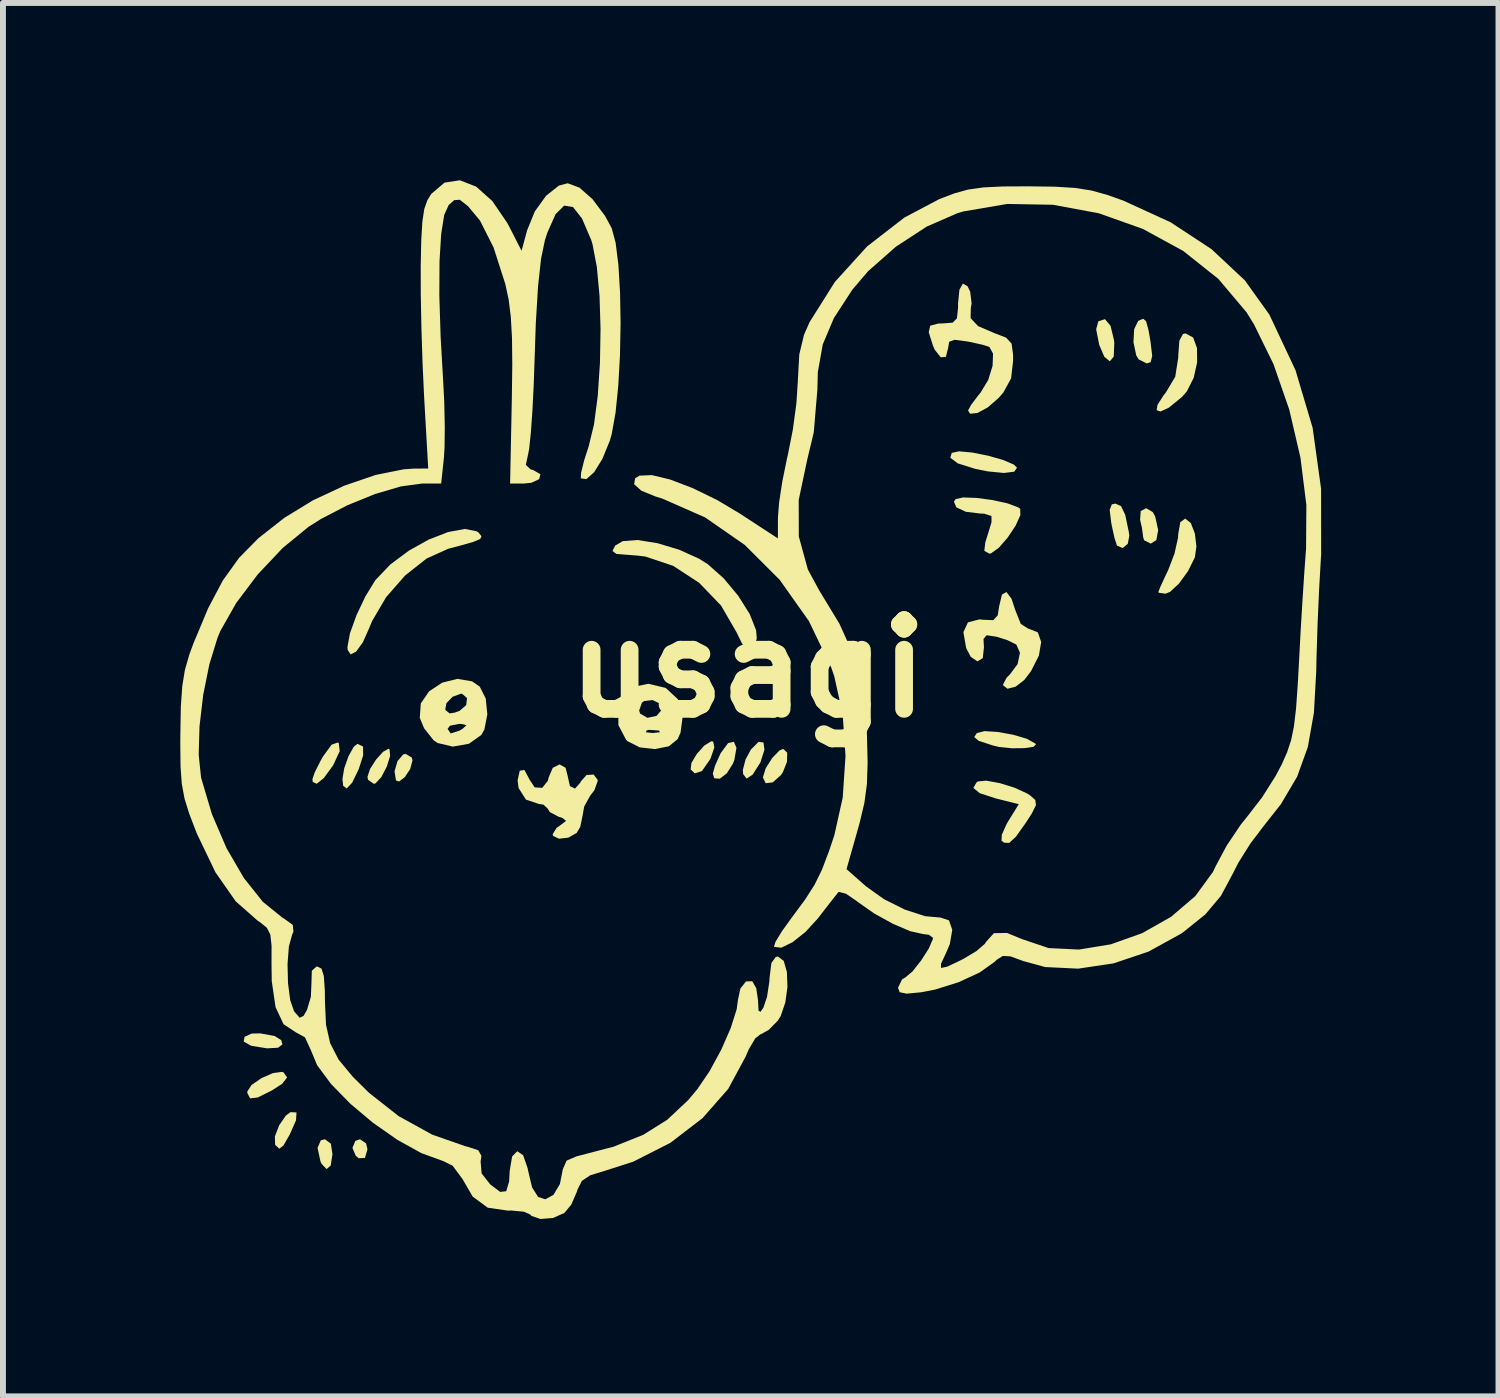
<source format=kicad_pcb>
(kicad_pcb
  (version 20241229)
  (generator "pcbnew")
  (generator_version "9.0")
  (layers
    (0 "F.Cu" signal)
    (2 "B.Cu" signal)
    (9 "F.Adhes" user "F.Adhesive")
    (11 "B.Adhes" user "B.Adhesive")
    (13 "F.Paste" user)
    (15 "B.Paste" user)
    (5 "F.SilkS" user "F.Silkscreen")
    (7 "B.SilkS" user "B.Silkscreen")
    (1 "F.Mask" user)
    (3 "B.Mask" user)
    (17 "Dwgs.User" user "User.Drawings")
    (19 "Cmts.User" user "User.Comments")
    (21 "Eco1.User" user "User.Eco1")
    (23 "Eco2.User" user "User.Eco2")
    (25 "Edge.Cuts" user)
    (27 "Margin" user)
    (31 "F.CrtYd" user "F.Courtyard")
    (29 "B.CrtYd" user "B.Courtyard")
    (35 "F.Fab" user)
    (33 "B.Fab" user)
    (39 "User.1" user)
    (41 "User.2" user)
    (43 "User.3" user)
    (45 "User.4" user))
  (footprint "usagi"
    (layer "F.Cu")
    (at 9.601 8.263)
    (property "Reference" "usagi" (at 0 0 0) (layer "F.SilkS") (effects (font (size 1.5 1.5) (thickness 0.3))))
    (attr board_only exclude_from_pos_files exclude_from_bom)
    (fp_poly (pts (xy -6.458 8.029) (xy -6.435 8.128) (xy -6.477 8.275) (xy -6.582 8.28) (xy -6.632 8.241) (xy -6.689 8.105) (xy -6.64 7.987) (xy -6.562 7.959)) (stroke (width 0) (type solid)) (fill yes) (layer "F.SilkS"))
    (fp_poly (pts (xy -7.054 8.034) (xy -7.027 8.213) (xy -7.057 8.404) (xy -7.127 8.464) (xy -7.212 8.374) (xy -7.23 8.333) (xy -7.279 8.105) (xy -7.224 7.977) (xy -7.154 7.959)) (stroke (width 0) (type solid)) (fill yes) (layer "F.SilkS"))
    (fp_poly (pts (xy -5.684 1.503) (xy -5.673 1.55) (xy -5.712 1.696) (xy -5.803 1.833) (xy -5.9 1.907) (xy -5.952 1.89) (xy -5.977 1.736) (xy -5.927 1.563) (xy -5.831 1.45) (xy -5.79 1.439)) (stroke (width 0) (type solid)) (fill yes) (layer "F.SilkS"))
    (fp_poly (pts (xy 6.135 -5.802) (xy 6.193 -5.564) (xy 6.199 -5.511) (xy 6.189 -5.28) (xy 6.123 -5.201) (xy 6.03 -5.278) (xy 5.944 -5.478) (xy 5.892 -5.743) (xy 5.929 -5.878) (xy 6.041 -5.914)) (stroke (width 0) (type solid)) (fill yes) (layer "F.SilkS"))
    (fp_poly (pts (xy -8.004 6.213) (xy -7.893 6.283) (xy -7.874 6.355) (xy -7.947 6.411) (xy -8.134 6.421) (xy -8.384 6.381) (xy -8.408 6.375) (xy -8.528 6.307) (xy -8.514 6.226) (xy -8.393 6.171) (xy -8.248 6.168)) (stroke (width 0) (type solid)) (fill yes) (layer "F.SilkS"))
    (fp_poly (pts (xy -7.635 7.506) (xy -7.644 7.64) (xy -7.749 7.878) (xy -7.857 8.066) (xy -7.927 8.119) (xy -7.992 8.058) (xy -7.997 8.05) (xy -8.001 7.911) (xy -7.928 7.722) (xy -7.815 7.558) (xy -7.736 7.5)) (stroke (width 0) (type solid)) (fill yes) (layer "F.SilkS"))
    (fp_poly (pts (xy -6.509 1.316) (xy -6.508 1.467) (xy -6.583 1.699) (xy -6.694 1.928) (xy -6.787 2.025) (xy -6.846 1.979) (xy -6.858 1.867) (xy -6.828 1.683) (xy -6.755 1.478) (xy -6.667 1.32) (xy -6.605 1.27)) (stroke (width 0) (type solid)) (fill yes) (layer "F.SilkS"))
    (fp_poly (pts (xy -0.586 1.232) (xy -0.567 1.331) (xy -0.629 1.512) (xy -0.637 1.529) (xy -0.777 1.731) (xy -0.898 1.769) (xy -0.968 1.703) (xy -0.955 1.593) (xy -0.862 1.439) (xy -0.735 1.298) (xy -0.62 1.227)) (stroke (width 0) (type solid)) (fill yes) (layer "F.SilkS"))
    (fp_poly (pts (xy 0.264 1.247) (xy 0.281 1.369) (xy 0.215 1.576) (xy 0.207 1.593) (xy 0.081 1.791) (xy -0.021 1.858) (xy -0.079 1.784) (xy -0.085 1.712) (xy -0.038 1.532) (xy 0.052 1.366) (xy 0.181 1.237)) (stroke (width 0) (type solid)) (fill yes) (layer "F.SilkS"))
    (fp_poly (pts (xy 0.666 1.42) (xy 0.662 1.573) (xy 0.592 1.751) (xy 0.559 1.799) (xy 0.421 1.922) (xy 0.302 1.936) (xy 0.254 1.839) (xy 0.301 1.686) (xy 0.411 1.511) (xy 0.535 1.382) (xy 0.597 1.355)) (stroke (width 0) (type solid)) (fill yes) (layer "F.SilkS"))
    (fp_poly (pts (xy 6.85 -2.65) (xy 6.891 -2.575) (xy 6.941 -2.345) (xy 6.91 -2.176) (xy 6.816 -2.117) (xy 6.703 -2.174) (xy 6.688 -2.223) (xy 6.666 -2.386) (xy 6.635 -2.519) (xy 6.646 -2.667) (xy 6.738 -2.716)) (stroke (width 0) (type solid)) (fill yes) (layer "F.SilkS"))
    (fp_poly (pts (xy -7.854 6.828) (xy -7.794 6.913) (xy -7.878 7.021) (xy -8.051 7.133) (xy -8.29 7.252) (xy -8.42 7.267) (xy -8.466 7.179) (xy -8.467 7.15) (xy -8.396 7.041) (xy -8.229 6.926) (xy -8.034 6.84) (xy -7.879 6.819)) (stroke (width 0) (type solid)) (fill yes) (layer "F.SilkS"))
    (fp_poly (pts (xy -6.062 1.36) (xy -6.051 1.473) (xy -6.107 1.653) (xy -6.2 1.832) (xy -6.299 1.939) (xy -6.326 1.947) (xy -6.424 1.88) (xy -6.435 1.83) (xy -6.391 1.695) (xy -6.289 1.535) (xy -6.17 1.404) (xy -6.077 1.353)) (stroke (width 0) (type solid)) (fill yes) (layer "F.SilkS"))
    (fp_poly (pts (xy -0.193 1.337) (xy -0.228 1.541) (xy -0.252 1.604) (xy -0.356 1.769) (xy -0.475 1.86) (xy -0.568 1.853) (xy -0.593 1.774) (xy -0.556 1.643) (xy -0.468 1.445) (xy -0.458 1.425) (xy -0.334 1.257) (xy -0.237 1.235)) (stroke (width 0) (type solid)) (fill yes) (layer "F.SilkS"))
    (fp_poly (pts (xy -6.92 1.258) (xy -6.904 1.393) (xy -7.015 1.632) (xy -7.024 1.645) (xy -7.174 1.85) (xy -7.293 1.945) (xy -7.36 1.916) (xy -7.366 1.868) (xy -7.326 1.75) (xy -7.226 1.553) (xy -7.185 1.481) (xy -7.041 1.284) (xy -6.936 1.247)) (stroke (width 0) (type solid)) (fill yes) (layer "F.SilkS"))
    (fp_poly (pts (xy 3.794 -3.658) (xy 4.061 -3.605) (xy 4.315 -3.533) (xy 4.498 -3.455) (xy 4.553 -3.402) (xy 4.507 -3.334) (xy 4.332 -3.312) (xy 4.058 -3.339) (xy 3.845 -3.382) (xy 3.552 -3.474) (xy 3.425 -3.569) (xy 3.449 -3.652) (xy 3.571 -3.678)) (stroke (width 0) (type solid)) (fill yes) (layer "F.SilkS"))
    (fp_poly (pts (xy 6.737 -5.879) (xy 6.778 -5.728) (xy 6.813 -5.524) (xy 6.84 -5.293) (xy 6.814 -5.186) (xy 6.747 -5.165) (xy 6.612 -5.233) (xy 6.571 -5.299) (xy 6.523 -5.525) (xy 6.535 -5.745) (xy 6.602 -5.883) (xy 6.61 -5.888) (xy 6.687 -5.921)) (stroke (width 0) (type solid)) (fill yes) (layer "F.SilkS"))
    (fp_poly (pts (xy 6.313 -2.751) (xy 6.384 -2.603) (xy 6.443 -2.32) (xy 6.453 -2.252) (xy 6.427 -2.113) (xy 6.339 -2.042) (xy 6.247 -2.083) (xy 6.242 -2.091) (xy 6.202 -2.213) (xy 6.155 -2.427) (xy 6.146 -2.477) (xy 6.121 -2.689) (xy 6.157 -2.781) (xy 6.218 -2.794)) (stroke (width 0) (type solid)) (fill yes) (layer "F.SilkS"))
    (fp_poly (pts (xy 4.227 1.069) (xy 4.487 1.116) (xy 4.72 1.185) (xy 4.863 1.265) (xy 4.874 1.279) (xy 4.831 1.321) (xy 4.675 1.343) (xy 4.465 1.345) (xy 4.255 1.324) (xy 4.149 1.299) (xy 3.953 1.235) (xy 3.902 1.218) (xy 3.83 1.155) (xy 3.874 1.088) (xy 4.002 1.055)) (stroke (width 0) (type solid)) (fill yes) (layer "F.SilkS"))
    (fp_poly (pts (xy 7.493 -2.466) (xy 7.562 -2.288) (xy 7.588 -2.069) (xy 7.562 -1.885) (xy 7.447 -1.653) (xy 7.293 -1.441) (xy 7.141 -1.3) (xy 7.064 -1.27) (xy 6.955 -1.285) (xy 6.943 -1.296) (xy 6.976 -1.381) (xy 7.061 -1.566) (xy 7.112 -1.673) (xy 7.218 -1.95) (xy 7.277 -2.216) (xy 7.281 -2.282) (xy 7.316 -2.48) (xy 7.398 -2.54)) (stroke (width 0) (type solid)) (fill yes) (layer "F.SilkS"))
    (fp_poly (pts (xy 7.533 -5.603) (xy 7.598 -5.424) (xy 7.6 -5.181) (xy 7.542 -4.922) (xy 7.426 -4.692) (xy 7.344 -4.598) (xy 7.12 -4.416) (xy 6.98 -4.352) (xy 6.915 -4.374) (xy 6.93 -4.465) (xy 7.033 -4.626) (xy 7.072 -4.675) (xy 7.23 -4.94) (xy 7.281 -5.266) (xy 7.281 -5.298) (xy 7.3 -5.551) (xy 7.361 -5.663) (xy 7.403 -5.673)) (stroke (width 0) (type solid)) (fill yes) (layer "F.SilkS"))
    (fp_poly (pts (xy 4.263 1.935) (xy 4.517 2.014) (xy 4.732 2.114) (xy 4.776 2.143) (xy 4.862 2.22) (xy 4.874 2.306) (xy 4.803 2.449) (xy 4.699 2.61) (xy 4.534 2.842) (xy 4.421 2.946) (xy 4.333 2.942) (xy 4.291 2.908) (xy 4.296 2.808) (xy 4.376 2.629) (xy 4.409 2.572) (xy 4.583 2.291) (xy 4.196 2.194) (xy 3.923 2.105) (xy 3.815 2.016) (xy 3.869 1.922) (xy 3.893 1.906) (xy 4.033 1.893)) (stroke (width 0) (type solid)) (fill yes) (layer "F.SilkS"))
    (fp_poly (pts (xy 3.866 -2.89) (xy 4.138 -2.854) (xy 4.393 -2.798) (xy 4.573 -2.73) (xy 4.607 -2.706) (xy 4.61 -2.599) (xy 4.529 -2.42) (xy 4.396 -2.22) (xy 4.247 -2.048) (xy 4.115 -1.953) (xy 4.085 -1.947) (xy 4 -1.995) (xy 4.017 -2.138) (xy 4.085 -2.358) (xy 4.122 -2.477) (xy 4.121 -2.584) (xy 4 -2.623) (xy 3.926 -2.626) (xy 3.686 -2.656) (xy 3.528 -2.73) (xy 3.486 -2.825) (xy 3.514 -2.869) (xy 3.639 -2.898)) (stroke (width 0) (type solid)) (fill yes) (layer "F.SilkS"))
    (fp_poly (pts (xy -1.529 -2.124) (xy -1.163 -2.014) (xy -0.828 -1.863) (xy -0.679 -1.77) (xy -0.408 -1.529) (xy -0.162 -1.233) (xy 0.031 -0.926) (xy 0.139 -0.653) (xy 0.151 -0.515) (xy 0.099 -0.328) (xy 0.011 -0.302) (xy -0.102 -0.433) (xy -0.192 -0.618) (xy -0.454 -1.07) (xy -0.825 -1.455) (xy -1.264 -1.741) (xy -1.732 -1.898) (xy -1.863 -1.914) (xy -2.079 -1.931) (xy -2.215 -1.942) (xy -2.223 -1.942) (xy -2.29 -1.992) (xy -2.245 -2.083) (xy -2.116 -2.159) (xy -1.866 -2.178)) (stroke (width 0) (type solid)) (fill yes) (layer "F.SilkS"))
    (fp_poly (pts (xy -4.583 -2.324) (xy -4.55 -2.298) (xy -4.506 -2.241) (xy -4.528 -2.195) (xy -4.644 -2.146) (xy -4.881 -2.079) (xy -5.069 -2.03) (xy -5.434 -1.865) (xy -5.798 -1.578) (xy -6.12 -1.21) (xy -6.358 -0.804) (xy -6.405 -0.689) (xy -6.513 -0.447) (xy -6.626 -0.291) (xy -6.719 -0.242) (xy -6.77 -0.318) (xy -6.773 -0.37) (xy -6.731 -0.599) (xy -6.621 -0.905) (xy -6.471 -1.222) (xy -6.308 -1.488) (xy -6.295 -1.506) (xy -6.047 -1.765) (xy -5.736 -1.997) (xy -5.399 -2.185) (xy -5.07 -2.313) (xy -4.786 -2.365)) (stroke (width 0) (type solid)) (fill yes) (layer "F.SilkS"))
    (fp_poly (pts (xy -1.39 0.324) (xy -1.188 0.511) (xy -1.098 0.775) (xy -1.139 1.081) (xy -1.188 1.191) (xy -1.338 1.312) (xy -1.574 1.359) (xy -1.828 1.33) (xy -2.036 1.225) (xy -2.061 1.2) (xy -2.126 1.075) (xy -1.725 1.075) (xy -1.609 1.087) (xy -1.488 1.074) (xy -1.503 1.045) (xy -1.676 1.033) (xy -1.714 1.045) (xy -1.725 1.075) (xy -2.126 1.075) (xy -2.19 0.954) (xy -2.19 0.708) (xy -1.839 0.708) (xy -1.822 0.759) (xy -1.698 0.83) (xy -1.545 0.797) (xy -1.46 0.699) (xy -1.49 0.589) (xy -1.613 0.529) (xy -1.755 0.546) (xy -1.793 0.574) (xy -1.839 0.708) (xy -2.19 0.708) (xy -2.19 0.69) (xy -2.081 0.454) (xy -1.881 0.295) (xy -1.684 0.254)) (stroke (width 0) (type solid)) (fill yes) (layer "F.SilkS"))
    (fp_poly (pts (xy 4.46 -1.186) (xy 4.523 -0.995) (xy 4.617 -0.758) (xy 4.745 -0.677) (xy 4.751 -0.677) (xy 4.906 -0.615) (xy 4.962 -0.452) (xy 4.923 -0.222) (xy 4.79 0.041) (xy 4.675 0.191) (xy 4.53 0.303) (xy 4.392 0.338) (xy 4.32 0.282) (xy 4.318 0.264) (xy 4.376 0.153) (xy 4.436 0.092) (xy 4.563 -0.079) (xy 4.603 -0.27) (xy 4.542 -0.409) (xy 4.391 -0.484) (xy 4.206 -0.542) (xy 4.038 -0.567) (xy 3.986 -0.503) (xy 3.994 -0.363) (xy 3.974 -0.18) (xy 3.885 -0.125) (xy 3.771 -0.201) (xy 3.693 -0.35) (xy 3.646 -0.619) (xy 3.723 -0.785) (xy 3.917 -0.835) (xy 3.976 -0.829) (xy 4.152 -0.822) (xy 4.227 -0.904) (xy 4.25 -1.052) (xy 4.298 -1.255) (xy 4.374 -1.298)) (stroke (width 0) (type solid)) (fill yes) (layer "F.SilkS"))
    (fp_poly (pts (xy -4.665 0.213) (xy -4.536 0.302) (xy -4.434 0.503) (xy -4.407 0.772) (xy -4.457 1.027) (xy -4.508 1.119) (xy -4.719 1.269) (xy -4.991 1.317) (xy -5.248 1.256) (xy -5.316 1.21) (xy -5.469 1.016) (xy -5.08 1.016) (xy -5.027 1.095) (xy -4.872 1.044) (xy -4.826 1.016) (xy -4.76 0.954) (xy -4.844 0.934) (xy -4.889 0.933) (xy -5.038 0.963) (xy -5.08 1.016) (xy -5.469 1.016) (xy -5.476 1.008) (xy -5.55 0.83) (xy -5.54 0.69) (xy -5.119 0.69) (xy -5.107 0.706) (xy -5.045 0.755) (xy -4.958 0.742) (xy -4.875 0.711) (xy -4.765 0.615) (xy -4.75 0.496) (xy -4.833 0.425) (xy -4.858 0.423) (xy -4.995 0.474) (xy -5.1 0.583) (xy -5.119 0.69) (xy -5.54 0.69) (xy -5.533 0.587) (xy -5.392 0.381) (xy -5.17 0.235) (xy -4.913 0.171)) (stroke (width 0) (type solid)) (fill yes) (layer "F.SilkS"))
    (fp_poly (pts (xy -3.083 1.675) (xy -3.048 1.814) (xy -3.01 1.985) (xy -2.924 2.027) (xy -2.833 1.925) (xy -2.825 1.905) (xy -2.729 1.798) (xy -2.609 1.789) (xy -2.541 1.879) (xy -2.54 1.899) (xy -2.596 2.055) (xy -2.667 2.147) (xy -2.769 2.331) (xy -2.794 2.475) (xy -2.835 2.675) (xy -2.896 2.777) (xy -3.037 2.857) (xy -3.194 2.875) (xy -3.294 2.829) (xy -3.302 2.798) (xy -3.237 2.694) (xy -3.161 2.639) (xy -3.075 2.573) (xy -3.136 2.525) (xy -3.204 2.502) (xy -3.348 2.426) (xy -3.387 2.365) (xy -3.457 2.299) (xy -3.539 2.286) (xy -3.755 2.213) (xy -3.878 2.018) (xy -3.895 1.888) (xy -3.859 1.725) (xy -3.78 1.712) (xy -3.703 1.855) (xy -3.701 1.863) (xy -3.607 2.006) (xy -3.479 2.015) (xy -3.383 1.895) (xy -3.371 1.842) (xy -3.3 1.675) (xy -3.185 1.618)) (stroke (width 0) (type solid)) (fill yes) (layer "F.SilkS"))
    (fp_poly (pts (xy 3.715 -6.472) (xy 3.761 -6.38) (xy 3.785 -6.181) (xy 3.772 -6.105) (xy 3.768 -5.931) (xy 3.895 -5.796) (xy 4.17 -5.678) (xy 4.369 -5.601) (xy 4.461 -5.501) (xy 4.486 -5.318) (xy 4.487 -5.209) (xy 4.453 -4.912) (xy 4.323 -4.675) (xy 4.242 -4.581) (xy 4.059 -4.422) (xy 3.884 -4.327) (xy 3.759 -4.314) (xy 3.725 -4.369) (xy 3.775 -4.461) (xy 3.898 -4.625) (xy 3.937 -4.672) (xy 4.066 -4.885) (xy 4.14 -5.125) (xy 4.148 -5.331) (xy 4.085 -5.445) (xy 3.967 -5.482) (xy 3.755 -5.529) (xy 3.704 -5.538) (xy 3.497 -5.565) (xy 3.406 -5.532) (xy 3.387 -5.423) (xy 3.387 -5.423) (xy 3.35 -5.276) (xy 3.263 -5.269) (xy 3.161 -5.397) (xy 3.131 -5.467) (xy 3.06 -5.692) (xy 3.085 -5.804) (xy 3.222 -5.84) (xy 3.302 -5.842) (xy 3.465 -5.855) (xy 3.537 -5.928) (xy 3.556 -6.108) (xy 3.556 -6.181) (xy 3.579 -6.412) (xy 3.637 -6.515)) (stroke (width 0) (type solid)) (fill yes) (layer "F.SilkS"))
    (fp_poly (pts (xy 5.196 -8.155) (xy 5.535 -8.134) (xy 5.814 -8.09) (xy 6.085 -8.014) (xy 6.35 -7.92) (xy 7.151 -7.553) (xy 7.842 -7.099) (xy 8.406 -6.572) (xy 8.822 -5.991) (xy 9.264 -5.051) (xy 9.554 -4.076) (xy 9.697 -3.044) (xy 9.698 -1.936) (xy 9.694 -1.873) (xy 9.664 -1.35) (xy 9.638 -0.765) (xy 9.62 -0.208) (xy 9.615 0.042) (xy 9.576 0.743) (xy 9.473 1.323) (xy 9.292 1.825) (xy 9.018 2.29) (xy 8.726 2.66) (xy 8.502 2.955) (xy 8.298 3.28) (xy 8.212 3.45) (xy 8.003 3.841) (xy 7.74 4.154) (xy 7.37 4.452) (xy 7.324 4.484) (xy 6.777 4.785) (xy 6.185 4.984) (xy 5.588 5.073) (xy 5.029 5.046) (xy 4.661 4.945) (xy 4.442 4.865) (xy 4.313 4.858) (xy 4.21 4.923) (xy 4.174 4.958) (xy 3.923 5.137) (xy 3.566 5.302) (xy 3.167 5.427) (xy 2.929 5.473) (xy 2.686 5.496) (xy 2.569 5.472) (xy 2.54 5.397) (xy 2.608 5.256) (xy 2.667 5.219) (xy 2.784 5.121) (xy 2.93 4.937) (xy 3.061 4.732) (xy 3.13 4.572) (xy 3.132 4.551) (xy 3.061 4.5) (xy 2.96 4.487) (xy 2.745 4.439) (xy 2.453 4.314) (xy 2.138 4.14) (xy 1.857 3.943) (xy 1.829 3.921) (xy 1.659 3.805) (xy 1.542 3.775) (xy 1.527 3.784) (xy 1.446 3.886) (xy 1.3 4.073) (xy 1.188 4.219) (xy 0.976 4.451) (xy 0.756 4.626) (xy 0.565 4.719) (xy 0.442 4.704) (xy 0.467 4.62) (xy 0.575 4.443) (xy 0.739 4.214) (xy 0.968 3.905) (xy 1.129 3.653) (xy 1.254 3.399) (xy 1.374 3.081) (xy 1.463 2.816) (xy 1.605 2.179) (xy 1.652 1.476) (xy 1.604 0.771) (xy 1.462 0.128) (xy 1.412 -0.017) (xy 1.033 -0.806) (xy 0.539 -1.504) (xy -0.053 -2.095) (xy -0.723 -2.56) (xy -1.453 -2.881) (xy -1.557 -2.912) (xy -1.802 -3.012) (xy -1.924 -3.122) (xy -1.907 -3.223) (xy -1.832 -3.267) (xy -1.624 -3.276) (xy -1.313 -3.201) (xy -0.934 -3.056) (xy -0.521 -2.855) (xy -0.14 -2.628) (xy 0.508 -2.205) (xy 0.509 -2.563) (xy 0.529 -2.817) (xy 0.535 -2.855) (xy 0.86 -2.855) (xy 0.862 -2.237) (xy 1.015 -1.68) (xy 1.204 -1.331) (xy 1.55 -0.76) (xy 1.786 -0.237) (xy 1.93 0.298) (xy 2.003 0.904) (xy 2.015 1.129) (xy 2.026 1.594) (xy 2.014 1.953) (xy 1.971 2.27) (xy 1.891 2.606) (xy 1.86 2.718) (xy 1.669 3.39) (xy 1.999 3.681) (xy 2.303 3.898) (xy 2.657 4.075) (xy 3.001 4.186) (xy 3.26 4.209) (xy 3.403 4.257) (xy 3.458 4.417) (xy 3.417 4.656) (xy 3.347 4.82) (xy 3.267 4.991) (xy 3.268 5.062) (xy 3.374 5.039) (xy 3.605 4.929) (xy 3.648 4.907) (xy 3.865 4.777) (xy 4.008 4.654) (xy 4.032 4.617) (xy 4.162 4.473) (xy 4.384 4.469) (xy 4.637 4.573) (xy 5.088 4.725) (xy 5.601 4.75) (xy 6.139 4.662) (xy 6.67 4.473) (xy 7.158 4.197) (xy 7.569 3.846) (xy 7.869 3.435) (xy 7.916 3.336) (xy 8.1 2.992) (xy 8.337 2.639) (xy 8.463 2.481) (xy 8.7 2.174) (xy 8.928 1.813) (xy 9.031 1.619) (xy 9.122 1.413) (xy 9.189 1.212) (xy 9.237 0.98) (xy 9.273 0.679) (xy 9.302 0.273) (xy 9.324 -0.127) (xy 9.351 -0.638) (xy 9.382 -1.15) (xy 9.412 -1.61) (xy 9.438 -1.967) (xy 9.443 -2.032) (xy 9.448 -2.77) (xy 9.348 -3.571) (xy 9.159 -4.383) (xy 8.892 -5.153) (xy 8.56 -5.83) (xy 8.435 -6.031) (xy 7.96 -6.594) (xy 7.366 -7.067) (xy 6.681 -7.441) (xy 5.937 -7.705) (xy 5.162 -7.849) (xy 4.388 -7.863) (xy 3.643 -7.736) (xy 3.544 -7.706) (xy 3.026 -7.48) (xy 2.503 -7.139) (xy 2.034 -6.725) (xy 1.767 -6.412) (xy 1.455 -5.932) (xy 1.267 -5.486) (xy 1.184 -5.02) (xy 1.176 -4.721) (xy 1.115 -3.999) (xy 1.006 -3.544) (xy 0.86 -2.855) (xy 0.535 -2.855) (xy 0.583 -3.168) (xy 0.66 -3.547) (xy 0.678 -3.625) (xy 0.761 -4.044) (xy 0.821 -4.49) (xy 0.846 -4.872) (xy 0.847 -4.902) (xy 0.87 -5.318) (xy 0.95 -5.65) (xy 1.044 -5.864) (xy 1.473 -6.545) (xy 2.018 -7.145) (xy 2.648 -7.633) (xy 3.239 -7.945) (xy 3.496 -8.043) (xy 3.729 -8.107) (xy 3.988 -8.143) (xy 4.323 -8.159) (xy 4.741 -8.161)) (stroke (width 0) (type solid)) (fill yes) (layer "F.SilkS"))
    (fp_poly (pts (xy -4.596 -8.156) (xy -4.322 -7.911) (xy -4.067 -7.537) (xy -4.027 -7.461) (xy -3.828 -7.07) (xy -3.734 -7.417) (xy -3.603 -7.738) (xy -3.412 -8.003) (xy -3.197 -8.173) (xy -3.048 -8.213) (xy -2.849 -8.139) (xy -2.627 -7.943) (xy -2.416 -7.661) (xy -2.303 -7.452) (xy -2.237 -7.207) (xy -2.19 -6.833) (xy -2.162 -6.366) (xy -2.153 -5.845) (xy -2.163 -5.307) (xy -2.192 -4.79) (xy -2.238 -4.332) (xy -2.303 -3.971) (xy -2.334 -3.861) (xy -2.46 -3.552) (xy -2.6 -3.325) (xy -2.731 -3.208) (xy -2.826 -3.221) (xy -2.821 -3.316) (xy -2.77 -3.522) (xy -2.691 -3.768) (xy -2.602 -4.136) (xy -2.539 -4.618) (xy -2.502 -5.171) (xy -2.492 -5.749) (xy -2.509 -6.307) (xy -2.555 -6.799) (xy -2.628 -7.182) (xy -2.65 -7.254) (xy -2.806 -7.617) (xy -2.958 -7.811) (xy -3.107 -7.835) (xy -3.252 -7.691) (xy -3.392 -7.377) (xy -3.433 -7.25) (xy -3.498 -6.938) (xy -3.549 -6.472) (xy -3.587 -5.848) (xy -3.605 -5.312) (xy -3.622 -4.811) (xy -3.645 -4.357) (xy -3.672 -3.982) (xy -3.7 -3.718) (xy -3.722 -3.606) (xy -3.756 -3.449) (xy -3.677 -3.374) (xy -3.627 -3.359) (xy -3.509 -3.29) (xy -3.53 -3.208) (xy -3.663 -3.146) (xy -3.794 -3.133) (xy -4.022 -3.133) (xy -3.993 -4.551) (xy -3.985 -5.141) (xy -3.99 -5.597) (xy -4.01 -5.953) (xy -4.046 -6.243) (xy -4.102 -6.504) (xy -4.105 -6.514) (xy -4.302 -7.128) (xy -4.532 -7.583) (xy -4.735 -7.826) (xy -4.873 -7.934) (xy -4.968 -7.927) (xy -5.061 -7.844) (xy -5.137 -7.676) (xy -5.188 -7.354) (xy -5.216 -6.893) (xy -5.219 -6.308) (xy -5.197 -5.611) (xy -5.159 -4.953) (xy -5.136 -4.518) (xy -5.127 -4.094) (xy -5.131 -3.741) (xy -5.141 -3.577) (xy -5.188 -3.133) (xy -5.511 -3.133) (xy -5.868 -3.085) (xy -6.307 -2.956) (xy -6.776 -2.765) (xy -7.223 -2.533) (xy -7.435 -2.399) (xy -7.87 -2.042) (xy -8.291 -1.596) (xy -8.655 -1.113) (xy -8.922 -0.642) (xy -8.971 -0.525) (xy -9.11 -0.073) (xy -9.214 0.445) (xy -9.276 0.973) (xy -9.29 1.456) (xy -9.25 1.838) (xy -9.248 1.847) (xy -9.066 2.46) (xy -8.819 3.035) (xy -8.526 3.539) (xy -8.206 3.941) (xy -7.877 4.208) (xy -7.848 4.225) (xy -7.698 4.333) (xy -7.687 4.448) (xy -7.708 4.494) (xy -7.764 4.698) (xy -7.787 4.993) (xy -7.779 5.317) (xy -7.742 5.605) (xy -7.677 5.793) (xy -7.673 5.799) (xy -7.582 5.904) (xy -7.516 5.872) (xy -7.457 5.769) (xy -7.392 5.548) (xy -7.382 5.309) (xy -7.376 5.109) (xy -7.299 5.039) (xy -7.281 5.038) (xy -7.212 5.073) (xy -7.173 5.198) (xy -7.156 5.445) (xy -7.154 5.63) (xy -7.136 6.022) (xy -7.066 6.334) (xy -6.923 6.612) (xy -6.682 6.903) (xy -6.408 7.174) (xy -5.907 7.568) (xy -5.34 7.881) (xy -4.773 8.079) (xy -4.744 8.085) (xy -4.56 8.145) (xy -4.507 8.24) (xy -4.521 8.335) (xy -4.504 8.536) (xy -4.359 8.722) (xy -4.19 8.85) (xy -4.088 8.838) (xy -4.039 8.676) (xy -4.028 8.487) (xy -3.987 8.249) (xy -3.901 8.162) (xy -3.802 8.228) (xy -3.725 8.449) (xy -3.722 8.47) (xy -3.65 8.774) (xy -3.548 8.935) (xy -3.427 8.975) (xy -3.289 8.9) (xy -3.179 8.716) (xy -3.133 8.481) (xy -3.133 8.474) (xy -3.067 8.321) (xy -2.9 8.249) (xy -2.269 8.084) (xy -1.77 7.884) (xy -1.362 7.628) (xy -1.009 7.296) (xy -0.855 7.113) (xy -0.646 6.805) (xy -0.449 6.442) (xy -0.289 6.076) (xy -0.189 5.76) (xy -0.168 5.606) (xy -0.127 5.41) (xy -0.031 5.289) (xy 0.075 5.286) (xy 0.142 5.404) (xy 0.172 5.608) (xy 0.172 5.614) (xy 0.181 5.784) (xy 0.214 5.804) (xy 0.264 5.73) (xy 0.325 5.548) (xy 0.364 5.289) (xy 0.368 5.222) (xy 0.398 4.977) (xy 0.472 4.875) (xy 0.508 4.868) (xy 0.607 4.942) (xy 0.66 5.129) (xy 0.67 5.38) (xy 0.634 5.645) (xy 0.555 5.876) (xy 0.506 5.953) (xy 0.354 6.108) (xy 0.226 6.18) (xy 0.217 6.181) (xy 0.125 6.253) (xy 0.016 6.437) (xy -0.037 6.56) (xy -0.332 7.107) (xy -0.766 7.601) (xy -1.31 8.019) (xy -1.938 8.338) (xy -2.407 8.489) (xy -2.667 8.569) (xy -2.808 8.663) (xy -2.882 8.811) (xy -2.893 8.848) (xy -2.987 9.065) (xy -3.105 9.207) (xy -3.298 9.291) (xy -3.509 9.308) (xy -3.662 9.255) (xy -3.68 9.233) (xy -3.789 9.185) (xy -3.998 9.165) (xy -4.061 9.166) (xy -4.4 9.117) (xy -4.655 8.929) (xy -4.829 8.629) (xy -4.994 8.407) (xy -5.154 8.328) (xy -5.523 8.194) (xy -5.929 7.969) (xy -6.341 7.681) (xy -6.726 7.357) (xy -7.052 7.023) (xy -7.286 6.707) (xy -7.391 6.455) (xy -7.492 6.235) (xy -7.647 6.15) (xy -7.855 6.012) (xy -7.99 5.723) (xy -8.054 5.284) (xy -8.058 4.997) (xy -8.057 4.686) (xy -8.078 4.497) (xy -8.137 4.381) (xy -8.249 4.29) (xy -8.292 4.262) (xy -8.663 3.935) (xy -9.006 3.444) (xy -9.318 2.794) (xy -9.33 2.765) (xy -9.451 2.449) (xy -9.53 2.194) (xy -9.576 1.946) (xy -9.597 1.652) (xy -9.601 1.259) (xy -9.6 1.101) (xy -9.592 0.64) (xy -9.568 0.296) (xy -9.523 0.019) (xy -9.447 -0.243) (xy -9.379 -0.429) (xy -9.129 -1.025) (xy -8.881 -1.494) (xy -8.607 -1.876) (xy -8.278 -2.21) (xy -7.864 -2.535) (xy -7.832 -2.559) (xy -7.354 -2.851) (xy -6.825 -3.098) (xy -6.295 -3.279) (xy -5.816 -3.375) (xy -5.646 -3.386) (xy -5.407 -3.387) (xy -5.476 -4.593) (xy -5.502 -5.146) (xy -5.522 -5.751) (xy -5.533 -6.333) (xy -5.534 -6.804) (xy -5.525 -7.251) (xy -5.506 -7.564) (xy -5.474 -7.777) (xy -5.421 -7.927) (xy -5.356 -8.032) (xy -5.131 -8.224) (xy -4.872 -8.263)) (stroke (width 0) (type solid)) (fill yes) (layer "F.SilkS")))
  (gr_rect
    (start -3 -3)
    (end 22.299 20.571)
    (stroke (width 0.1) (type default))
    (fill no)
    (layer "Edge.Cuts")))
</source>
